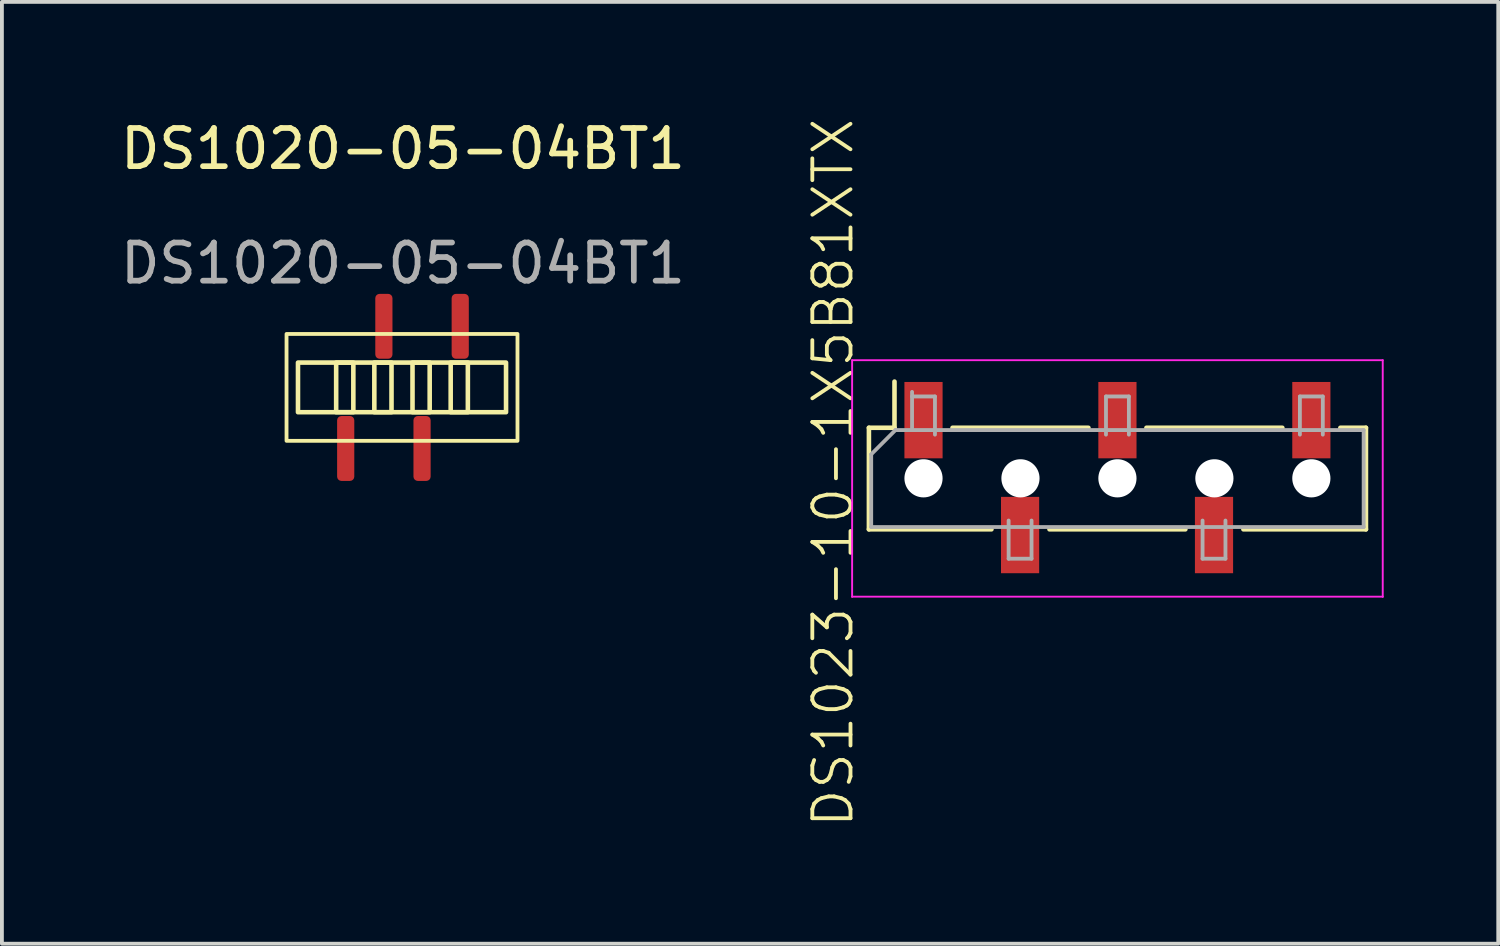
<source format=kicad_pcb>
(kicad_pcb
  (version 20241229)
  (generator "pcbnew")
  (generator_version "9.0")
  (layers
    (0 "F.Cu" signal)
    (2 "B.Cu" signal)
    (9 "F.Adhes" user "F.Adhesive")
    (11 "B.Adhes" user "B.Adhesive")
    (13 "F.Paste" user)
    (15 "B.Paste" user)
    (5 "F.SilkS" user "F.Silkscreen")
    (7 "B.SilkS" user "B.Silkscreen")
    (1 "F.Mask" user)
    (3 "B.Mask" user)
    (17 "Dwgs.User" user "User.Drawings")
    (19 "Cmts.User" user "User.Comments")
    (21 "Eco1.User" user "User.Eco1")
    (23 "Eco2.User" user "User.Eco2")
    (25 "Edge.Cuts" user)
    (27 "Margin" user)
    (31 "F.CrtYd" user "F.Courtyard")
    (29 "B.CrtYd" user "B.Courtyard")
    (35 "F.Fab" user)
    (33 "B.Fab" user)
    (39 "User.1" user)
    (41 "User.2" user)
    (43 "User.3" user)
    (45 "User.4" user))
  (footprint "DS1023-10-1X5B81XTX"
    (layer "F.Cu")
    (at 26.273 9.48)
    (property "Reference" "DS1023-10-1X5B81XTX" (at -7.501 -0.144 90) (unlocked yes) (layer "F.SilkS") (effects (font (size 1 1) (thickness 0.1))))
    (attr smd)
    (fp_line (start -6.561 -1.324) (end -5.891 -1.324) (stroke (width 0.12) (type solid)) (layer "F.SilkS"))
    (fp_line (start -6.561 1.336) (end -6.561 -1.324) (stroke (width 0.12) (type solid)) (layer "F.SilkS"))
    (fp_line (start -6.561 1.336) (end -3.351 1.336) (stroke (width 0.12) (type solid)) (layer "F.SilkS"))
    (fp_line (start -5.891 -1.324) (end -5.891 -2.534) (stroke (width 0.12) (type solid)) (layer "F.SilkS"))
    (fp_line (start -4.371 -1.324) (end -0.811 -1.324) (stroke (width 0.12) (type solid)) (layer "F.SilkS"))
    (fp_line (start -1.831 1.336) (end 1.729 1.336) (stroke (width 0.12) (type solid)) (layer "F.SilkS"))
    (fp_line (start 0.709 -1.324) (end 4.269 -1.324) (stroke (width 0.12) (type solid)) (layer "F.SilkS"))
    (fp_line (start 3.249 1.336) (end 6.459 1.336) (stroke (width 0.12) (type solid)) (layer "F.SilkS"))
    (fp_line (start 5.789 -1.324) (end 6.459 -1.324) (stroke (width 0.12) (type solid)) (layer "F.SilkS"))
    (fp_line (start 6.459 1.336) (end 6.459 -1.324) (stroke (width 0.12) (type solid)) (layer "F.SilkS"))
    (fp_line (start -7.001 -3.094) (end 6.899 -3.094) (stroke (width 0.05) (type solid)) (layer "F.CrtYd"))
    (fp_line (start -7.001 3.106) (end -7.001 -3.094) (stroke (width 0.05) (type solid)) (layer "F.CrtYd"))
    (fp_line (start 6.899 -3.094) (end 6.899 3.106) (stroke (width 0.05) (type solid)) (layer "F.CrtYd"))
    (fp_line (start 6.9 3.1) (end -7 3.1) (stroke (width 0.05) (type solid)) (layer "F.CrtYd"))
    (fp_line (start -6.501 -0.629) (end -5.866 -1.264) (stroke (width 0.1) (type solid)) (layer "F.Fab"))
    (fp_line (start -6.501 1.276) (end -6.501 -0.629) (stroke (width 0.1) (type solid)) (layer "F.Fab"))
    (fp_line (start -5.866 -1.264) (end 6.399 -1.264) (stroke (width 0.1) (type solid)) (layer "F.Fab"))
    (fp_line (start -5.431 -2.144) (end -4.831 -2.144) (stroke (width 0.1) (type solid)) (layer "F.Fab"))
    (fp_line (start -5.431 -1.264) (end -5.431 -2.264) (stroke (width 0.1) (type solid)) (layer "F.Fab"))
    (fp_line (start -4.831 -2.144) (end -4.831 -1.144) (stroke (width 0.1) (type solid)) (layer "F.Fab"))
    (fp_line (start -2.901 2.106) (end -2.901 1.106) (stroke (width 0.1) (type solid)) (layer "F.Fab"))
    (fp_line (start -2.301 1.106) (end -2.301 2.106) (stroke (width 0.1) (type solid)) (layer "F.Fab"))
    (fp_line (start -2.301 2.106) (end -2.901 2.106) (stroke (width 0.1) (type solid)) (layer "F.Fab"))
    (fp_line (start -0.351 -2.144) (end 0.249 -2.144) (stroke (width 0.1) (type solid)) (layer "F.Fab"))
    (fp_line (start -0.351 -1.144) (end -0.351 -2.144) (stroke (width 0.1) (type solid)) (layer "F.Fab"))
    (fp_line (start 0.249 -2.144) (end 0.249 -1.144) (stroke (width 0.1) (type solid)) (layer "F.Fab"))
    (fp_line (start 2.179 2.106) (end 2.179 1.106) (stroke (width 0.1) (type solid)) (layer "F.Fab"))
    (fp_line (start 2.779 1.106) (end 2.779 2.106) (stroke (width 0.1) (type solid)) (layer "F.Fab"))
    (fp_line (start 2.779 2.106) (end 2.179 2.106) (stroke (width 0.1) (type solid)) (layer "F.Fab"))
    (fp_line (start 4.729 -2.144) (end 5.329 -2.144) (stroke (width 0.1) (type solid)) (layer "F.Fab"))
    (fp_line (start 4.729 -1.144) (end 4.729 -2.144) (stroke (width 0.1) (type solid)) (layer "F.Fab"))
    (fp_line (start 5.329 -2.144) (end 5.329 -1.144) (stroke (width 0.1) (type solid)) (layer "F.Fab"))
    (fp_line (start 6.399 -1.264) (end 6.399 1.276) (stroke (width 0.1) (type solid)) (layer "F.Fab"))
    (fp_line (start 6.399 1.276) (end -6.501 1.276) (stroke (width 0.1) (type solid)) (layer "F.Fab"))
    (pad "" np_thru_hole circle (at -5.131 0 90) (size 1 1) (drill 1.5) (layers "*.Cu" "*.Mask"))
    (pad "" np_thru_hole circle (at -2.591 0 90) (size 1 1) (drill 1.5) (layers "*.Cu" "*.Mask"))
    (pad "" np_thru_hole circle (at -0.051 0 90) (size 1 1) (drill 1.5) (layers "*.Cu" "*.Mask"))
    (pad "" np_thru_hole circle (at 2.489 0 90) (size 1 1) (drill 1.5) (layers "*.Cu" "*.Mask"))
    (pad "" np_thru_hole circle (at 5.029 0 90) (size 1 1) (drill 1.5) (layers "*.Cu" "*.Mask"))
    (pad "1" smd rect (at -5.131 -1.524 90) (size 2 1) (layers "F.Cu" "F.Mask" "F.Paste"))
    (pad "2" smd rect (at -2.601 1.486 90) (size 2 1) (layers "F.Cu" "F.Mask" "F.Paste"))
    (pad "3" smd rect (at -0.051 -1.524 90) (size 2 1) (layers "F.Cu" "F.Mask" "F.Paste"))
    (pad "4" smd rect (at 2.479 1.486 90) (size 2 1) (layers "F.Cu" "F.Mask" "F.Paste"))
    (pad "5" smd rect (at 5.029 -1.524 90) (size 2 1) (layers "F.Cu" "F.Mask" "F.Paste")))
  (footprint "DS1020-05-04BT1"
    (layer "F.Cu")
    (at 7.506 7.098)
    (property "Reference" "DS1020-05-04BT1" (at 0 -6.25 0) (unlocked yes) (layer "F.SilkS") (effects (font (size 1 1) (thickness 0.15))))
    (attr smd)
    (fp_rect (start -3.05 -1.4) (end 3 1.4) (stroke (width 0.1) (type solid)) (fill no) (layer "F.SilkS"))
    (fp_rect (start -2.75 -0.65) (end 2.7 0.65) (stroke (width 0.12) (type solid)) (fill no) (layer "F.SilkS"))
    (fp_rect (start -1.75 0.65) (end -1.3 -0.65) (stroke (width 0.12) (type solid)) (fill no) (layer "F.SilkS"))
    (fp_rect (start -0.75 0.65) (end -0.3 -0.65) (stroke (width 0.12) (type solid)) (fill no) (layer "F.SilkS"))
    (fp_rect (start 0.25 0.65) (end 0.7 -0.65) (stroke (width 0.12) (type solid)) (fill no) (layer "F.SilkS"))
    (fp_rect (start 1.25 0.65) (end 1.7 -0.65) (stroke (width 0.12) (type solid)) (fill no) (layer "F.SilkS"))
    (fp_text user "${REFERENCE}" (at 0 -3.25 0) (unlocked yes) (layer "F.Fab") (effects (font (size 1 1) (thickness 0.15))))
    (pad "1" smd roundrect (at -1.5 1.6) (size 0.45 1.7) (layers "F.Cu" "F.Mask" "F.Paste") (roundrect_rratio 0.25))
    (pad "2" smd roundrect (at -0.5 -1.6) (size 0.45 1.7) (layers "F.Cu" "F.Mask" "F.Paste") (roundrect_rratio 0.25))
    (pad "3" smd roundrect (at 0.5 1.6) (size 0.45 1.7) (layers "F.Cu" "F.Mask" "F.Paste") (roundrect_rratio 0.25))
    (pad "4" smd roundrect (at 1.5 -1.6) (size 0.45 1.7) (layers "F.Cu" "F.Mask" "F.Paste") (roundrect_rratio 0.25)))
  (gr_rect
    (start -3 -3)
    (end 36.198 21.671)
    (stroke (width 0.1) (type default))
    (fill no)
    (layer "Edge.Cuts")))
</source>
